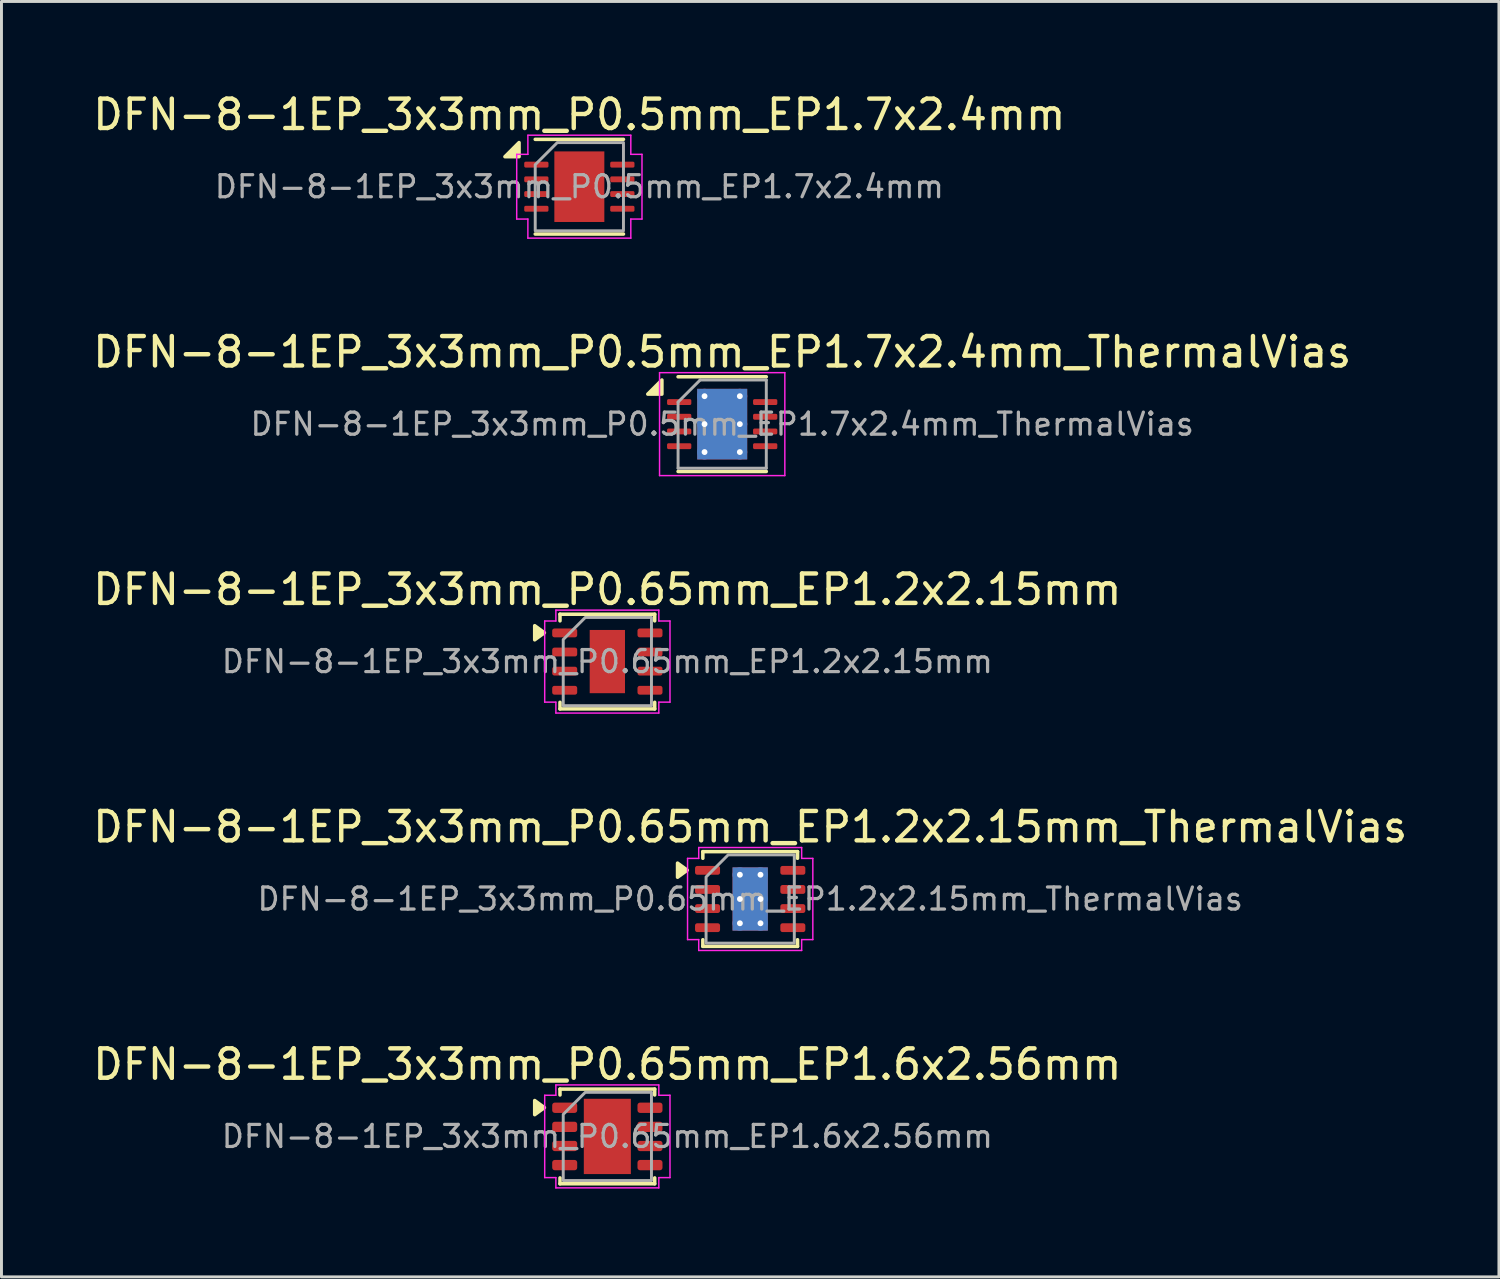
<source format=kicad_pcb>
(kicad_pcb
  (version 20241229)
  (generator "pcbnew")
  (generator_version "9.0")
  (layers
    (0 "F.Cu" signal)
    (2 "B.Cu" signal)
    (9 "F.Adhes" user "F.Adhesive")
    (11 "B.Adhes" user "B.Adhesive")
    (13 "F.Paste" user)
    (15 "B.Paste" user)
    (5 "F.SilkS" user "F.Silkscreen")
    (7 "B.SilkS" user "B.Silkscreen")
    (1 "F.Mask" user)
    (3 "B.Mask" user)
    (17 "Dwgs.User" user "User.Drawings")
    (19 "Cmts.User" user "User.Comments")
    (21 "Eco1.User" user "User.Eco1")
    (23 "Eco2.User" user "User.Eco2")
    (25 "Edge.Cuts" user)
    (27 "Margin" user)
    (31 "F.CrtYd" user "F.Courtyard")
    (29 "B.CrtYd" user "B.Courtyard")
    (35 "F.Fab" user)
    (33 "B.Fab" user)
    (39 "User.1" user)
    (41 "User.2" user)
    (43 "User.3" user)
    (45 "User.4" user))
  (footprint "DFN-8-1EP_3x3mm_P0.5mm_EP1.7x2.4mm"
    (layer "F.Cu")
    (at 16.649 3.298)
    (property "Reference" "DFN-8-1EP_3x3mm_P0.5mm_EP1.7x2.4mm" (at 0 -2.45 0) (layer "F.SilkS") (effects (font (size 1 1) (thickness 0.15))))
    (attr smd)
    (fp_line (start -1.5 -1.61) (end 1.5 -1.61) (stroke (width 0.12) (type solid)) (layer "F.SilkS"))
    (fp_line (start -1.5 1.61) (end 1.5 1.61) (stroke (width 0.12) (type solid)) (layer "F.SilkS"))
    (fp_poly (pts (xy -2.05 -1.02) (xy -2.53 -1.02) (xy -2.05 -1.5)) (stroke (width 0.12) (type solid)) (fill yes) (layer "F.SilkS"))
    (fp_line (start -2.13 -1.1) (end -1.75 -1.1) (stroke (width 0.05) (type solid)) (layer "F.CrtYd"))
    (fp_line (start -2.13 1.1) (end -2.13 -1.1) (stroke (width 0.05) (type solid)) (layer "F.CrtYd"))
    (fp_line (start -1.75 -1.75) (end 1.75 -1.75) (stroke (width 0.05) (type solid)) (layer "F.CrtYd"))
    (fp_line (start -1.75 -1.1) (end -1.75 -1.75) (stroke (width 0.05) (type solid)) (layer "F.CrtYd"))
    (fp_line (start -1.75 1.1) (end -2.13 1.1) (stroke (width 0.05) (type solid)) (layer "F.CrtYd"))
    (fp_line (start -1.75 1.75) (end -1.75 1.1) (stroke (width 0.05) (type solid)) (layer "F.CrtYd"))
    (fp_line (start 1.75 -1.75) (end 1.75 -1.1) (stroke (width 0.05) (type solid)) (layer "F.CrtYd"))
    (fp_line (start 1.75 -1.1) (end 2.13 -1.1) (stroke (width 0.05) (type solid)) (layer "F.CrtYd"))
    (fp_line (start 1.75 1.1) (end 1.75 1.75) (stroke (width 0.05) (type solid)) (layer "F.CrtYd"))
    (fp_line (start 1.75 1.75) (end -1.75 1.75) (stroke (width 0.05) (type solid)) (layer "F.CrtYd"))
    (fp_line (start 2.13 -1.1) (end 2.13 1.1) (stroke (width 0.05) (type solid)) (layer "F.CrtYd"))
    (fp_line (start 2.13 1.1) (end 1.75 1.1) (stroke (width 0.05) (type solid)) (layer "F.CrtYd"))
    (fp_poly (pts (xy -1.5 -0.75) (xy -1.5 1.5) (xy 1.5 1.5) (xy 1.5 -1.5) (xy -0.75 -1.5)) (stroke (width 0.1) (type solid)) (fill no) (layer "F.Fab"))
    (fp_text user "${REFERENCE}" (at 0 0 0) (layer "F.Fab") (effects (font (size 0.75 0.75) (thickness 0.11))))
    (pad "" smd roundrect (at 0 0) (size 1.37 1.93) (layers "F.Paste") (roundrect_rratio 0.182))
    (pad "1" smd roundrect (at -1.462 -0.75) (size 0.825 0.2) (layers "F.Cu" "F.Mask" "F.Paste") (roundrect_rratio 0.25))
    (pad "2" smd roundrect (at -1.462 -0.25) (size 0.825 0.2) (layers "F.Cu" "F.Mask" "F.Paste") (roundrect_rratio 0.25))
    (pad "3" smd roundrect (at -1.462 0.25) (size 0.825 0.2) (layers "F.Cu" "F.Mask" "F.Paste") (roundrect_rratio 0.25))
    (pad "4" smd roundrect (at -1.462 0.75) (size 0.825 0.2) (layers "F.Cu" "F.Mask" "F.Paste") (roundrect_rratio 0.25))
    (pad "5" smd roundrect (at 1.462 0.75) (size 0.825 0.2) (layers "F.Cu" "F.Mask" "F.Paste") (roundrect_rratio 0.25))
    (pad "6" smd roundrect (at 1.462 0.25) (size 0.825 0.2) (layers "F.Cu" "F.Mask" "F.Paste") (roundrect_rratio 0.25))
    (pad "7" smd roundrect (at 1.462 -0.25) (size 0.825 0.2) (layers "F.Cu" "F.Mask" "F.Paste") (roundrect_rratio 0.25))
    (pad "8" smd roundrect (at 1.462 -0.75) (size 0.825 0.2) (layers "F.Cu" "F.Mask" "F.Paste") (roundrect_rratio 0.25))
    (pad "9" smd rect (at 0 0) (size 1.7 2.4) (property pad_prop_heatsink) (layers "F.Cu" "F.Mask")))
  (footprint "DFN-8-1EP_3x3mm_P0.65mm_EP1.2x2.15mm_ThermalVias"
    (layer "F.Cu")
    (at 22.458 27.518)
    (property "Reference" "DFN-8-1EP_3x3mm_P0.65mm_EP1.2x2.15mm_ThermalVias" (at 0 -2.45 0) (layer "F.SilkS") (effects (font (size 1 1) (thickness 0.15))))
    (attr smd)
    (fp_line (start -1.61 -1.61) (end 1.61 -1.61) (stroke (width 0.12) (type solid)) (layer "F.SilkS"))
    (fp_line (start -1.61 -1.385) (end -1.61 -1.61) (stroke (width 0.12) (type solid)) (layer "F.SilkS"))
    (fp_line (start -1.61 1.61) (end -1.61 1.385) (stroke (width 0.12) (type solid)) (layer "F.SilkS"))
    (fp_line (start 1.61 -1.61) (end 1.61 -1.385) (stroke (width 0.12) (type solid)) (layer "F.SilkS"))
    (fp_line (start 1.61 1.385) (end 1.61 1.61) (stroke (width 0.12) (type solid)) (layer "F.SilkS"))
    (fp_line (start 1.61 1.61) (end -1.61 1.61) (stroke (width 0.12) (type solid)) (layer "F.SilkS"))
    (fp_poly (pts (xy -2.14 -0.98) (xy -2.47 -0.74) (xy -2.47 -1.22)) (stroke (width 0.12) (type solid)) (fill yes) (layer "F.SilkS"))
    (fp_line (start -2.13 -1.38) (end -1.75 -1.38) (stroke (width 0.05) (type solid)) (layer "F.CrtYd"))
    (fp_line (start -2.13 1.38) (end -2.13 -1.38) (stroke (width 0.05) (type solid)) (layer "F.CrtYd"))
    (fp_line (start -1.75 -1.75) (end 1.75 -1.75) (stroke (width 0.05) (type solid)) (layer "F.CrtYd"))
    (fp_line (start -1.75 -1.38) (end -1.75 -1.75) (stroke (width 0.05) (type solid)) (layer "F.CrtYd"))
    (fp_line (start -1.75 1.38) (end -2.13 1.38) (stroke (width 0.05) (type solid)) (layer "F.CrtYd"))
    (fp_line (start -1.75 1.75) (end -1.75 1.38) (stroke (width 0.05) (type solid)) (layer "F.CrtYd"))
    (fp_line (start 1.75 -1.75) (end 1.75 -1.38) (stroke (width 0.05) (type solid)) (layer "F.CrtYd"))
    (fp_line (start 1.75 -1.38) (end 2.13 -1.38) (stroke (width 0.05) (type solid)) (layer "F.CrtYd"))
    (fp_line (start 1.75 1.38) (end 1.75 1.75) (stroke (width 0.05) (type solid)) (layer "F.CrtYd"))
    (fp_line (start 1.75 1.75) (end -1.75 1.75) (stroke (width 0.05) (type solid)) (layer "F.CrtYd"))
    (fp_line (start 2.13 -1.38) (end 2.13 1.38) (stroke (width 0.05) (type solid)) (layer "F.CrtYd"))
    (fp_line (start 2.13 1.38) (end 1.75 1.38) (stroke (width 0.05) (type solid)) (layer "F.CrtYd"))
    (fp_poly (pts (xy -1.5 -0.75) (xy -1.5 1.5) (xy 1.5 1.5) (xy 1.5 -1.5) (xy -0.75 -1.5)) (stroke (width 0.1) (type solid)) (fill no) (layer "F.Fab"))
    (fp_text user "${REFERENCE}" (at 0 0 0) (layer "F.Fab") (effects (font (size 0.75 0.75) (thickness 0.11))))
    (pad "" smd roundrect (at -0.3 -0.54) (size 0.48 0.87) (layers "F.Paste") (roundrect_rratio 0.25))
    (pad "" smd roundrect (at -0.3 0.54) (size 0.48 0.87) (layers "F.Paste") (roundrect_rratio 0.25))
    (pad "" smd roundrect (at 0.3 -0.54) (size 0.48 0.87) (layers "F.Paste") (roundrect_rratio 0.25))
    (pad "" smd roundrect (at 0.3 0.54) (size 0.48 0.87) (layers "F.Paste") (roundrect_rratio 0.25))
    (pad "1" smd roundrect (at -1.45 -0.975) (size 0.85 0.3) (layers "F.Cu" "F.Mask" "F.Paste") (roundrect_rratio 0.25))
    (pad "2" smd roundrect (at -1.45 -0.325) (size 0.85 0.3) (layers "F.Cu" "F.Mask" "F.Paste") (roundrect_rratio 0.25))
    (pad "3" smd roundrect (at -1.45 0.325) (size 0.85 0.3) (layers "F.Cu" "F.Mask" "F.Paste") (roundrect_rratio 0.25))
    (pad "4" smd roundrect (at -1.45 0.975) (size 0.85 0.3) (layers "F.Cu" "F.Mask" "F.Paste") (roundrect_rratio 0.25))
    (pad "5" smd roundrect (at 1.45 0.975) (size 0.85 0.3) (layers "F.Cu" "F.Mask" "F.Paste") (roundrect_rratio 0.25))
    (pad "6" smd roundrect (at 1.45 0.325) (size 0.85 0.3) (layers "F.Cu" "F.Mask" "F.Paste") (roundrect_rratio 0.25))
    (pad "7" smd roundrect (at 1.45 -0.325) (size 0.85 0.3) (layers "F.Cu" "F.Mask" "F.Paste") (roundrect_rratio 0.25))
    (pad "8" smd roundrect (at 1.45 -0.975) (size 0.85 0.3) (layers "F.Cu" "F.Mask" "F.Paste") (roundrect_rratio 0.25))
    (pad "9" thru_hole circle (at -0.35 -0.825) (size 0.5 0.5) (drill 0.2) (property pad_prop_heatsink) (layers "*.Cu"))
    (pad "9" thru_hole circle (at -0.35 0) (size 0.5 0.5) (drill 0.2) (property pad_prop_heatsink) (layers "*.Cu"))
    (pad "9" thru_hole circle (at -0.35 0.825) (size 0.5 0.5) (drill 0.2) (property pad_prop_heatsink) (layers "*.Cu"))
    (pad "9" smd rect (at 0 0) (size 1.2 2.15) (property pad_prop_heatsink) (layers "F.Cu" "F.Mask"))
    (pad "9" smd rect (at 0 0) (size 1.2 2.15) (property pad_prop_heatsink) (layers "B.Cu"))
    (pad "9" thru_hole circle (at 0.35 -0.825) (size 0.5 0.5) (drill 0.2) (property pad_prop_heatsink) (layers "*.Cu"))
    (pad "9" thru_hole circle (at 0.35 0) (size 0.5 0.5) (drill 0.2) (property pad_prop_heatsink) (layers "*.Cu"))
    (pad "9" thru_hole circle (at 0.35 0.825) (size 0.5 0.5) (drill 0.2) (property pad_prop_heatsink) (layers "*.Cu")))
  (footprint "DFN-8-1EP_3x3mm_P0.5mm_EP1.7x2.4mm_ThermalVias"
    (layer "F.Cu")
    (at 21.506 11.371)
    (property "Reference" "DFN-8-1EP_3x3mm_P0.5mm_EP1.7x2.4mm_ThermalVias" (at 0 -2.45 0) (layer "F.SilkS") (effects (font (size 1 1) (thickness 0.15))))
    (attr smd)
    (fp_line (start -1.5 -1.61) (end 1.5 -1.61) (stroke (width 0.12) (type solid)) (layer "F.SilkS"))
    (fp_line (start -1.5 1.61) (end 1.5 1.61) (stroke (width 0.12) (type solid)) (layer "F.SilkS"))
    (fp_poly (pts (xy -2.05 -1.02) (xy -2.53 -1.02) (xy -2.05 -1.5) (xy -2.05 -1.02)) (stroke (width 0.12) (type solid)) (fill yes) (layer "F.SilkS"))
    (fp_line (start -2.13 -1.75) (end -2.13 1.75) (stroke (width 0.05) (type solid)) (layer "F.CrtYd"))
    (fp_line (start -2.13 1.75) (end 2.13 1.75) (stroke (width 0.05) (type solid)) (layer "F.CrtYd"))
    (fp_line (start 2.13 -1.75) (end -2.13 -1.75) (stroke (width 0.05) (type solid)) (layer "F.CrtYd"))
    (fp_line (start 2.13 1.75) (end 2.13 -1.75) (stroke (width 0.05) (type solid)) (layer "F.CrtYd"))
    (fp_line (start -1.5 -0.75) (end -0.75 -1.5) (stroke (width 0.1) (type solid)) (layer "F.Fab"))
    (fp_line (start -1.5 1.5) (end -1.5 -0.75) (stroke (width 0.1) (type solid)) (layer "F.Fab"))
    (fp_line (start -0.75 -1.5) (end 1.5 -1.5) (stroke (width 0.1) (type solid)) (layer "F.Fab"))
    (fp_line (start 1.5 -1.5) (end 1.5 1.5) (stroke (width 0.1) (type solid)) (layer "F.Fab"))
    (fp_line (start 1.5 1.5) (end -1.5 1.5) (stroke (width 0.1) (type solid)) (layer "F.Fab"))
    (fp_text user "${REFERENCE}" (at 0 0 0) (layer "F.Fab") (effects (font (size 0.75 0.75) (thickness 0.11))))
    (pad "" smd roundrect (at -0.425 -0.6) (size 0.69 0.97) (layers "F.Paste") (roundrect_rratio 0.25))
    (pad "" smd roundrect (at -0.425 0.6) (size 0.69 0.97) (layers "F.Paste") (roundrect_rratio 0.25))
    (pad "" smd roundrect (at 0.425 -0.6) (size 0.69 0.97) (layers "F.Paste") (roundrect_rratio 0.25))
    (pad "" smd roundrect (at 0.425 0.6) (size 0.69 0.97) (layers "F.Paste") (roundrect_rratio 0.25))
    (pad "1" smd roundrect (at -1.462 -0.75) (size 0.825 0.2) (layers "F.Cu" "F.Mask" "F.Paste") (roundrect_rratio 0.25))
    (pad "2" smd roundrect (at -1.462 -0.25) (size 0.825 0.2) (layers "F.Cu" "F.Mask" "F.Paste") (roundrect_rratio 0.25))
    (pad "3" smd roundrect (at -1.462 0.25) (size 0.825 0.2) (layers "F.Cu" "F.Mask" "F.Paste") (roundrect_rratio 0.25))
    (pad "4" smd roundrect (at -1.462 0.75) (size 0.825 0.2) (layers "F.Cu" "F.Mask" "F.Paste") (roundrect_rratio 0.25))
    (pad "5" smd roundrect (at 1.462 0.75) (size 0.825 0.2) (layers "F.Cu" "F.Mask" "F.Paste") (roundrect_rratio 0.25))
    (pad "6" smd roundrect (at 1.462 0.25) (size 0.825 0.2) (layers "F.Cu" "F.Mask" "F.Paste") (roundrect_rratio 0.25))
    (pad "7" smd roundrect (at 1.462 -0.25) (size 0.825 0.2) (layers "F.Cu" "F.Mask" "F.Paste") (roundrect_rratio 0.25))
    (pad "8" smd roundrect (at 1.462 -0.75) (size 0.825 0.2) (layers "F.Cu" "F.Mask" "F.Paste") (roundrect_rratio 0.25))
    (pad "9" thru_hole circle (at -0.6 -0.95) (size 0.5 0.5) (drill 0.2) (property pad_prop_heatsink) (layers "*.Cu"))
    (pad "9" thru_hole circle (at -0.6 0) (size 0.5 0.5) (drill 0.2) (property pad_prop_heatsink) (layers "*.Cu"))
    (pad "9" thru_hole circle (at -0.6 0.95) (size 0.5 0.5) (drill 0.2) (property pad_prop_heatsink) (layers "*.Cu"))
    (pad "9" smd rect (at 0 0) (size 1.7 2.4) (property pad_prop_heatsink) (layers "F.Cu" "F.Mask"))
    (pad "9" smd rect (at 0 0) (size 1.7 2.4) (property pad_prop_heatsink) (layers "B.Cu"))
    (pad "9" thru_hole circle (at 0.6 -0.95) (size 0.5 0.5) (drill 0.2) (property pad_prop_heatsink) (layers "*.Cu"))
    (pad "9" thru_hole circle (at 0.6 0) (size 0.5 0.5) (drill 0.2) (property pad_prop_heatsink) (layers "*.Cu"))
    (pad "9" thru_hole circle (at 0.6 0.95) (size 0.5 0.5) (drill 0.2) (property pad_prop_heatsink) (layers "*.Cu")))
  (footprint "DFN-8-1EP_3x3mm_P0.65mm_EP1.6x2.56mm"
    (layer "F.Cu")
    (at 17.601 35.591)
    (property "Reference" "DFN-8-1EP_3x3mm_P0.65mm_EP1.6x2.56mm" (at 0 -2.45 0) (layer "F.SilkS") (effects (font (size 1 1) (thickness 0.15))))
    (attr smd)
    (fp_line (start -1.61 -1.61) (end 1.61 -1.61) (stroke (width 0.12) (type solid)) (layer "F.SilkS"))
    (fp_line (start -1.61 -1.41) (end -1.61 -1.61) (stroke (width 0.12) (type solid)) (layer "F.SilkS"))
    (fp_line (start -1.61 1.61) (end -1.61 1.41) (stroke (width 0.12) (type solid)) (layer "F.SilkS"))
    (fp_line (start 1.61 -1.61) (end 1.61 -1.41) (stroke (width 0.12) (type solid)) (layer "F.SilkS"))
    (fp_line (start 1.61 1.41) (end 1.61 1.61) (stroke (width 0.12) (type solid)) (layer "F.SilkS"))
    (fp_line (start 1.61 1.61) (end -1.61 1.61) (stroke (width 0.12) (type solid)) (layer "F.SilkS"))
    (fp_poly (pts (xy -2.14 -0.98) (xy -2.47 -0.74) (xy -2.47 -1.22)) (stroke (width 0.12) (type solid)) (fill yes) (layer "F.SilkS"))
    (fp_line (start -2.13 -1.4) (end -1.75 -1.4) (stroke (width 0.05) (type solid)) (layer "F.CrtYd"))
    (fp_line (start -2.13 1.4) (end -2.13 -1.4) (stroke (width 0.05) (type solid)) (layer "F.CrtYd"))
    (fp_line (start -1.75 -1.75) (end 1.75 -1.75) (stroke (width 0.05) (type solid)) (layer "F.CrtYd"))
    (fp_line (start -1.75 -1.4) (end -1.75 -1.75) (stroke (width 0.05) (type solid)) (layer "F.CrtYd"))
    (fp_line (start -1.75 1.4) (end -2.13 1.4) (stroke (width 0.05) (type solid)) (layer "F.CrtYd"))
    (fp_line (start -1.75 1.75) (end -1.75 1.4) (stroke (width 0.05) (type solid)) (layer "F.CrtYd"))
    (fp_line (start 1.75 -1.75) (end 1.75 -1.4) (stroke (width 0.05) (type solid)) (layer "F.CrtYd"))
    (fp_line (start 1.75 -1.4) (end 2.13 -1.4) (stroke (width 0.05) (type solid)) (layer "F.CrtYd"))
    (fp_line (start 1.75 1.4) (end 1.75 1.75) (stroke (width 0.05) (type solid)) (layer "F.CrtYd"))
    (fp_line (start 1.75 1.75) (end -1.75 1.75) (stroke (width 0.05) (type solid)) (layer "F.CrtYd"))
    (fp_line (start 2.13 -1.4) (end 2.13 1.4) (stroke (width 0.05) (type solid)) (layer "F.CrtYd"))
    (fp_line (start 2.13 1.4) (end 1.75 1.4) (stroke (width 0.05) (type solid)) (layer "F.CrtYd"))
    (fp_poly (pts (xy -1.5 -0.75) (xy -1.5 1.5) (xy 1.5 1.5) (xy 1.5 -1.5) (xy -0.75 -1.5)) (stroke (width 0.1) (type solid)) (fill no) (layer "F.Fab"))
    (fp_text user "${REFERENCE}" (at 0 0 0) (layer "F.Fab") (effects (font (size 0.75 0.75) (thickness 0.11))))
    (pad "" smd roundrect (at 0 0) (size 1.29 2.06) (layers "F.Paste") (roundrect_rratio 0.194))
    (pad "1" smd roundrect (at -1.45 -0.975) (size 0.85 0.35) (layers "F.Cu" "F.Mask" "F.Paste") (roundrect_rratio 0.25))
    (pad "2" smd roundrect (at -1.45 -0.325) (size 0.85 0.35) (layers "F.Cu" "F.Mask" "F.Paste") (roundrect_rratio 0.25))
    (pad "3" smd roundrect (at -1.45 0.325) (size 0.85 0.35) (layers "F.Cu" "F.Mask" "F.Paste") (roundrect_rratio 0.25))
    (pad "4" smd roundrect (at -1.45 0.975) (size 0.85 0.35) (layers "F.Cu" "F.Mask" "F.Paste") (roundrect_rratio 0.25))
    (pad "5" smd roundrect (at 1.45 0.975) (size 0.85 0.35) (layers "F.Cu" "F.Mask" "F.Paste") (roundrect_rratio 0.25))
    (pad "6" smd roundrect (at 1.45 0.325) (size 0.85 0.35) (layers "F.Cu" "F.Mask" "F.Paste") (roundrect_rratio 0.25))
    (pad "7" smd roundrect (at 1.45 -0.325) (size 0.85 0.35) (layers "F.Cu" "F.Mask" "F.Paste") (roundrect_rratio 0.25))
    (pad "8" smd roundrect (at 1.45 -0.975) (size 0.85 0.35) (layers "F.Cu" "F.Mask" "F.Paste") (roundrect_rratio 0.25))
    (pad "9" smd rect (at 0 0) (size 1.6 2.56) (property pad_prop_heatsink) (layers "F.Cu" "F.Mask")))
  (footprint "DFN-8-1EP_3x3mm_P0.65mm_EP1.2x2.15mm"
    (layer "F.Cu")
    (at 17.601 19.445)
    (property "Reference" "DFN-8-1EP_3x3mm_P0.65mm_EP1.2x2.15mm" (at 0 -2.45 0) (layer "F.SilkS") (effects (font (size 1 1) (thickness 0.15))))
    (attr smd)
    (fp_line (start -1.61 -1.61) (end 1.61 -1.61) (stroke (width 0.12) (type solid)) (layer "F.SilkS"))
    (fp_line (start -1.61 -1.385) (end -1.61 -1.61) (stroke (width 0.12) (type solid)) (layer "F.SilkS"))
    (fp_line (start -1.61 1.61) (end -1.61 1.385) (stroke (width 0.12) (type solid)) (layer "F.SilkS"))
    (fp_line (start 1.61 -1.61) (end 1.61 -1.385) (stroke (width 0.12) (type solid)) (layer "F.SilkS"))
    (fp_line (start 1.61 1.385) (end 1.61 1.61) (stroke (width 0.12) (type solid)) (layer "F.SilkS"))
    (fp_line (start 1.61 1.61) (end -1.61 1.61) (stroke (width 0.12) (type solid)) (layer "F.SilkS"))
    (fp_poly (pts (xy -2.14 -0.98) (xy -2.47 -0.74) (xy -2.47 -1.22)) (stroke (width 0.12) (type solid)) (fill yes) (layer "F.SilkS"))
    (fp_line (start -2.13 -1.38) (end -1.75 -1.38) (stroke (width 0.05) (type solid)) (layer "F.CrtYd"))
    (fp_line (start -2.13 1.38) (end -2.13 -1.38) (stroke (width 0.05) (type solid)) (layer "F.CrtYd"))
    (fp_line (start -1.75 -1.75) (end 1.75 -1.75) (stroke (width 0.05) (type solid)) (layer "F.CrtYd"))
    (fp_line (start -1.75 -1.38) (end -1.75 -1.75) (stroke (width 0.05) (type solid)) (layer "F.CrtYd"))
    (fp_line (start -1.75 1.38) (end -2.13 1.38) (stroke (width 0.05) (type solid)) (layer "F.CrtYd"))
    (fp_line (start -1.75 1.75) (end -1.75 1.38) (stroke (width 0.05) (type solid)) (layer "F.CrtYd"))
    (fp_line (start 1.75 -1.75) (end 1.75 -1.38) (stroke (width 0.05) (type solid)) (layer "F.CrtYd"))
    (fp_line (start 1.75 -1.38) (end 2.13 -1.38) (stroke (width 0.05) (type solid)) (layer "F.CrtYd"))
    (fp_line (start 1.75 1.38) (end 1.75 1.75) (stroke (width 0.05) (type solid)) (layer "F.CrtYd"))
    (fp_line (start 1.75 1.75) (end -1.75 1.75) (stroke (width 0.05) (type solid)) (layer "F.CrtYd"))
    (fp_line (start 2.13 -1.38) (end 2.13 1.38) (stroke (width 0.05) (type solid)) (layer "F.CrtYd"))
    (fp_line (start 2.13 1.38) (end 1.75 1.38) (stroke (width 0.05) (type solid)) (layer "F.CrtYd"))
    (fp_poly (pts (xy -1.5 -0.75) (xy -1.5 1.5) (xy 1.5 1.5) (xy 1.5 -1.5) (xy -0.75 -1.5)) (stroke (width 0.1) (type solid)) (fill no) (layer "F.Fab"))
    (fp_text user "${REFERENCE}" (at 0 0 0) (layer "F.Fab") (effects (font (size 0.75 0.75) (thickness 0.11))))
    (pad "" smd roundrect (at 0 0) (size 0.97 1.73) (layers "F.Paste") (roundrect_rratio 0.25))
    (pad "1" smd roundrect (at -1.45 -0.975) (size 0.85 0.3) (layers "F.Cu" "F.Mask" "F.Paste") (roundrect_rratio 0.25))
    (pad "2" smd roundrect (at -1.45 -0.325) (size 0.85 0.3) (layers "F.Cu" "F.Mask" "F.Paste") (roundrect_rratio 0.25))
    (pad "3" smd roundrect (at -1.45 0.325) (size 0.85 0.3) (layers "F.Cu" "F.Mask" "F.Paste") (roundrect_rratio 0.25))
    (pad "4" smd roundrect (at -1.45 0.975) (size 0.85 0.3) (layers "F.Cu" "F.Mask" "F.Paste") (roundrect_rratio 0.25))
    (pad "5" smd roundrect (at 1.45 0.975) (size 0.85 0.3) (layers "F.Cu" "F.Mask" "F.Paste") (roundrect_rratio 0.25))
    (pad "6" smd roundrect (at 1.45 0.325) (size 0.85 0.3) (layers "F.Cu" "F.Mask" "F.Paste") (roundrect_rratio 0.25))
    (pad "7" smd roundrect (at 1.45 -0.325) (size 0.85 0.3) (layers "F.Cu" "F.Mask" "F.Paste") (roundrect_rratio 0.25))
    (pad "8" smd roundrect (at 1.45 -0.975) (size 0.85 0.3) (layers "F.Cu" "F.Mask" "F.Paste") (roundrect_rratio 0.25))
    (pad "9" smd rect (at 0 0) (size 1.2 2.15) (property pad_prop_heatsink) (layers "F.Cu" "F.Mask")))
  (gr_rect
    (start -3 -3)
    (end 47.917 40.366)
    (stroke (width 0.1) (type default))
    (fill no)
    (layer "Edge.Cuts")))
</source>
